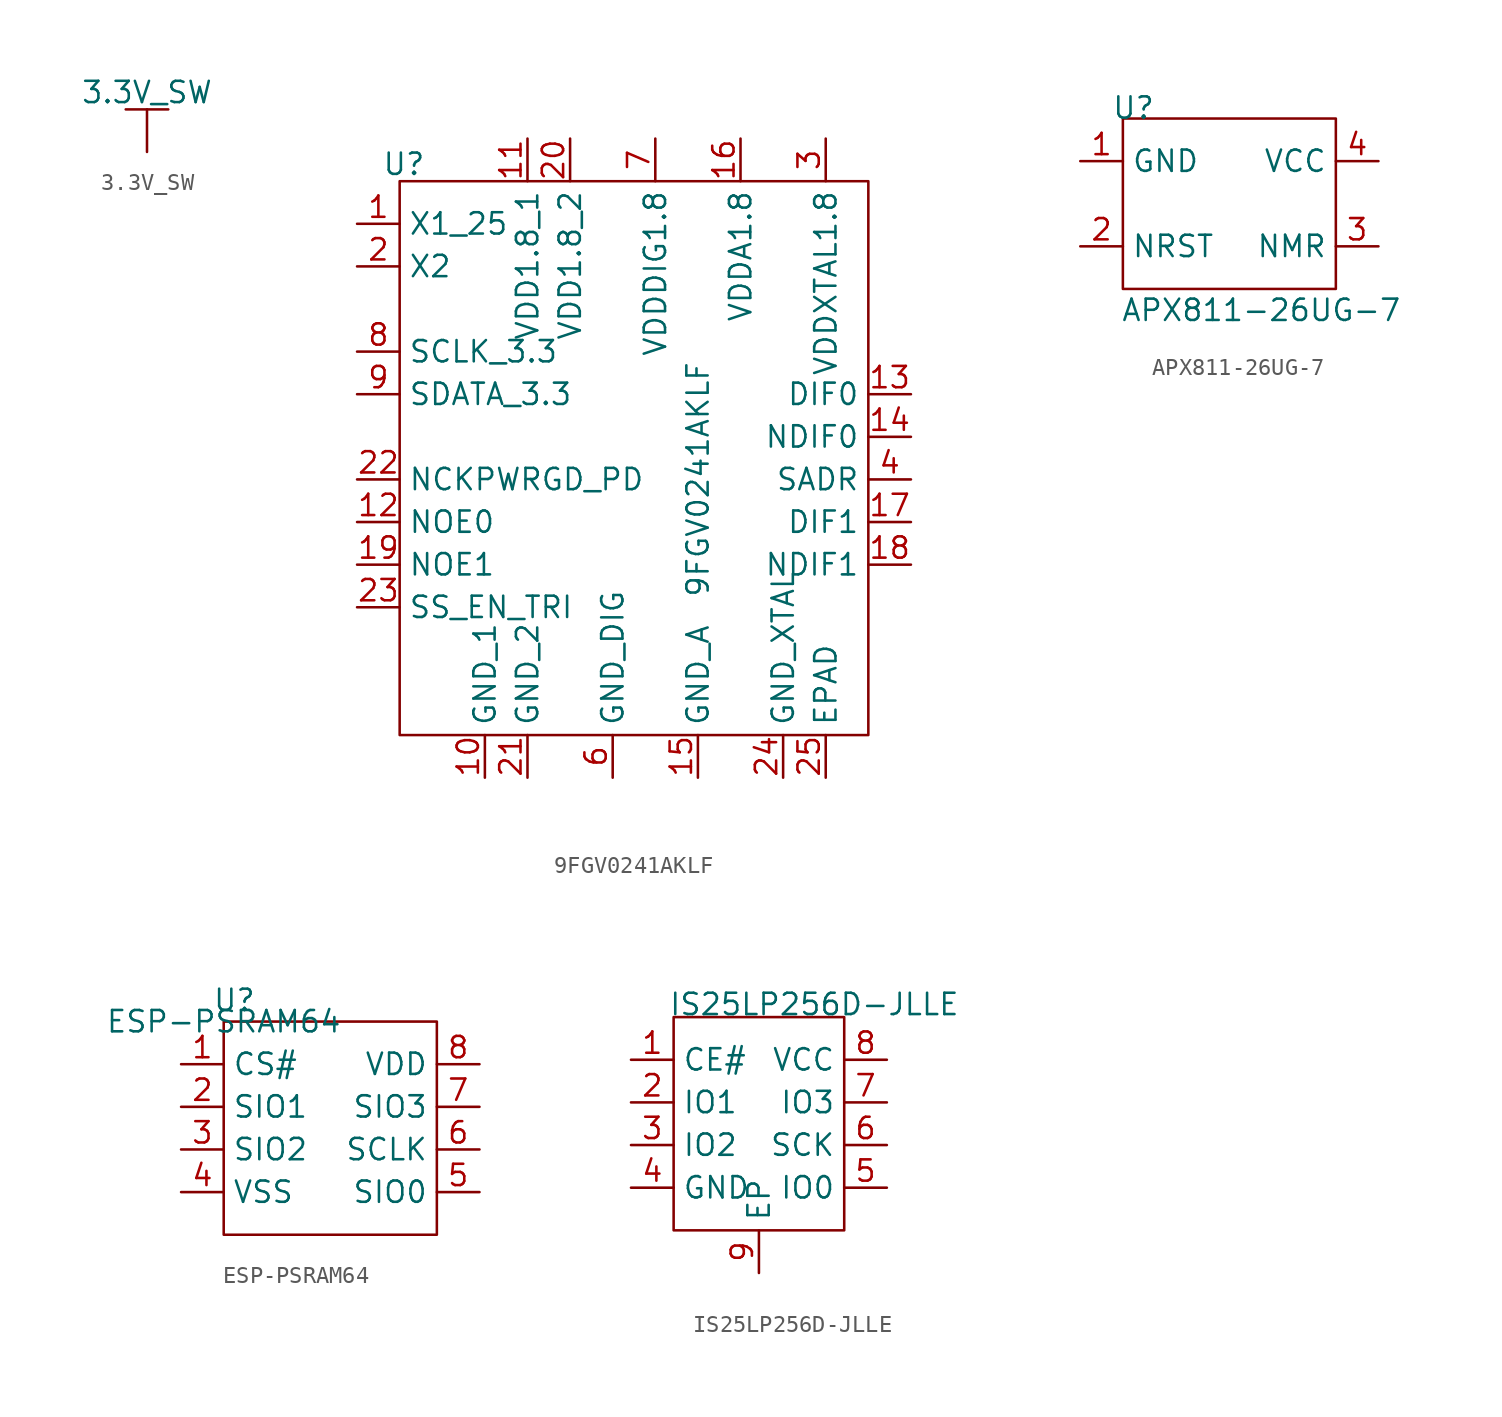
<source format=kicad_sym>
(kicad_symbol_lib
  (version 20231120)
  (generator "kicad_symbol_editor")
  (generator_version "7.99")
  (symbol "3.3V_SW"
    (power)
    (pin_numbers hide)
    (pin_names
      (offset 0) hide)
    (property "Reference" "#PWR"
      (at 0 -1.27 0)
      (effects (font (size 1.27 1.27)) (hide yes)))
    (property "Value" "3.3V_SW"
      (at 0 3.556 0)
      (effects (font (size 1.27 1.27))))
    (symbol "3.3V_SW_0_1"
      (polyline (pts (xy 0 0) (xy 0 2.54)) (stroke (width 0) (type default)) (fill (type none)))
      (polyline (pts (xy 1.27 2.54) (xy -1.27 2.54)) (stroke (width 0) (type default)) (fill (type none))))
    (symbol "3.3V_SW_1_1"
      (pin power_in line (at 0 0 90) (length 0) hide (name "3.3V_SW" (effects (font (size 1.27 1.27)))) (number "1" (effects (font (size 1.27 1.27)))))))
  (symbol "9FGV0241AKLF"
    (property "Reference" "U"
      (at 0.254 1.016 0)
      (effects (font (size 1.27 1.27))))
    (property "Value" "9FGV0241AKLF"
      (at 17.78 -17.78 90)
      (effects (font (size 1.27 1.27))))
    (symbol "9FGV0241AKLF_0_1"
      (rectangle (start 0 0) (end 27.94 -33.02) (stroke (width 0) (type default)) (fill (type none))))
    (symbol "9FGV0241AKLF_1_1"
      (pin input line (at -2.54 -2.54 0) (length 2.54) (name "X1_25" (effects (font (size 1.27 1.27)))) (number "1" (effects (font (size 1.27 1.27)))))
      (pin input line (at 5.08 -35.56 90) (length 2.54) (name "GND_1" (effects (font (size 1.27 1.27)))) (number "10" (effects (font (size 1.27 1.27)))))
      (pin input line (at 7.62 2.54 270) (length 2.54) (name "VDD1.8_1" (effects (font (size 1.27 1.27)))) (number "11" (effects (font (size 1.27 1.27)))))
      (pin input line (at -2.54 -20.32 0) (length 2.54) (name "NOE0" (effects (font (size 1.27 1.27)))) (number "12" (effects (font (size 1.27 1.27)))))
      (pin input line (at 30.48 -12.7 180) (length 2.54) (name "DIF0" (effects (font (size 1.27 1.27)))) (number "13" (effects (font (size 1.27 1.27)))))
      (pin input line (at 30.48 -15.24 180) (length 2.54) (name "NDIF0" (effects (font (size 1.27 1.27)))) (number "14" (effects (font (size 1.27 1.27)))))
      (pin input line (at 17.78 -35.56 90) (length 2.54) (name "GND_A" (effects (font (size 1.27 1.27)))) (number "15" (effects (font (size 1.27 1.27)))))
      (pin input line (at 20.32 2.54 270) (length 2.54) (name "VDDA1.8" (effects (font (size 1.27 1.27)))) (number "16" (effects (font (size 1.27 1.27)))))
      (pin input line (at 30.48 -20.32 180) (length 2.54) (name "DIF1" (effects (font (size 1.27 1.27)))) (number "17" (effects (font (size 1.27 1.27)))))
      (pin input line (at 30.48 -22.86 180) (length 2.54) (name "NDIF1" (effects (font (size 1.27 1.27)))) (number "18" (effects (font (size 1.27 1.27)))))
      (pin input line (at -2.54 -22.86 0) (length 2.54) (name "NOE1" (effects (font (size 1.27 1.27)))) (number "19" (effects (font (size 1.27 1.27)))))
      (pin input line (at -2.54 -5.08 0) (length 2.54) (name "X2" (effects (font (size 1.27 1.27)))) (number "2" (effects (font (size 1.27 1.27)))))
      (pin input line (at 10.16 2.54 270) (length 2.54) (name "VDD1.8_2" (effects (font (size 1.27 1.27)))) (number "20" (effects (font (size 1.27 1.27)))))
      (pin input line (at 7.62 -35.56 90) (length 2.54) (name "GND_2" (effects (font (size 1.27 1.27)))) (number "21" (effects (font (size 1.27 1.27)))))
      (pin input line (at -2.54 -17.78 0) (length 2.54) (name "NCKPWRGD_PD" (effects (font (size 1.27 1.27)))) (number "22" (effects (font (size 1.27 1.27)))))
      (pin input line (at -2.54 -25.4 0) (length 2.54) (name "SS_EN_TRI" (effects (font (size 1.27 1.27)))) (number "23" (effects (font (size 1.27 1.27)))))
      (pin input line (at 22.86 -35.56 90) (length 2.54) (name "GND_XTAL" (effects (font (size 1.27 1.27)))) (number "24" (effects (font (size 1.27 1.27)))))
      (pin input line (at 25.4 -35.56 90) (length 2.54) (name "EPAD" (effects (font (size 1.27 1.27)))) (number "25" (effects (font (size 1.27 1.27)))))
      (pin input line (at 25.4 2.54 270) (length 2.54) (name "VDDXTAL1.8" (effects (font (size 1.27 1.27)))) (number "3" (effects (font (size 1.27 1.27)))))
      (pin input line (at 30.48 -17.78 180) (length 2.54) (name "SADR" (effects (font (size 1.27 1.27)))) (number "4" (effects (font (size 1.27 1.27)))))
      (pin input line (at 12.7 -35.56 90) (length 2.54) (name "GND_DIG" (effects (font (size 1.27 1.27)))) (number "6" (effects (font (size 1.27 1.27)))))
      (pin input line (at 15.24 2.54 270) (length 2.54) (name "VDDDIG1.8" (effects (font (size 1.27 1.27)))) (number "7" (effects (font (size 1.27 1.27)))))
      (pin input line (at -2.54 -10.16 0) (length 2.54) (name "SCLK_3.3" (effects (font (size 1.27 1.27)))) (number "8" (effects (font (size 1.27 1.27)))))
      (pin input line (at -2.54 -12.7 0) (length 2.54) (name "SDATA_3.3" (effects (font (size 1.27 1.27)))) (number "9" (effects (font (size 1.27 1.27)))))))
  (symbol "APX811-26UG-7"
    (property "Reference" "U"
      (at 0.635 0.635 0)
      (effects (font (size 1.27 1.27))))
    (property "Value" "APX811-26UG-7"
      (at 8.255 -11.43 0)
      (effects (font (size 1.27 1.27))))
    (symbol "APX811-26UG-7_0_1"
      (rectangle (start 0 0) (end 12.7 -10.16) (stroke (width 0) (type default)) (fill (type none))))
    (symbol "APX811-26UG-7_1_1"
      (pin input line (at -2.54 -2.54 0) (length 2.54) (name "GND" (effects (font (size 1.27 1.27)))) (number "1" (effects (font (size 1.27 1.27)))))
      (pin input line (at -2.54 -7.62 0) (length 2.54) (name "NRST" (effects (font (size 1.27 1.27)))) (number "2" (effects (font (size 1.27 1.27)))))
      (pin input line (at 15.24 -7.62 180) (length 2.54) (name "NMR" (effects (font (size 1.27 1.27)))) (number "3" (effects (font (size 1.27 1.27)))))
      (pin input line (at 15.24 -2.54 180) (length 2.54) (name "VCC" (effects (font (size 1.27 1.27)))) (number "4" (effects (font (size 1.27 1.27)))))))
  (symbol "ESP-PSRAM64"
    (property "Reference" "U"
      (at 0.635 1.27 0)
      (effects (font (size 1.27 1.27))))
    (property "Value" "ESP-PSRAM64"
      (at 0 0 0)
      (effects (font (size 1.27 1.27))))
    (symbol "ESP-PSRAM64_1_1"
      (text_box "" (at 0 0 0) (size 12.7 -12.7) (stroke (width 0) (type default)) (fill (type none)) (effects (font (size 1.27 1.27)) (justify left top)))
      (pin input line (at -2.54 -2.54 0) (length 2.54) (name "CS#" (effects (font (size 1.27 1.27)))) (number "1" (effects (font (size 1.27 1.27)))))
      (pin input line (at -2.54 -5.08 0) (length 2.54) (name "SIO1" (effects (font (size 1.27 1.27)))) (number "2" (effects (font (size 1.27 1.27)))))
      (pin input line (at -2.54 -7.62 0) (length 2.54) (name "SIO2" (effects (font (size 1.27 1.27)))) (number "3" (effects (font (size 1.27 1.27)))))
      (pin input line (at -2.54 -10.16 0) (length 2.54) (name "VSS" (effects (font (size 1.27 1.27)))) (number "4" (effects (font (size 1.27 1.27)))))
      (pin input line (at 15.24 -10.16 180) (length 2.54) (name "SIO0" (effects (font (size 1.27 1.27)))) (number "5" (effects (font (size 1.27 1.27)))))
      (pin input line (at 15.24 -7.62 180) (length 2.54) (name "SCLK" (effects (font (size 1.27 1.27)))) (number "6" (effects (font (size 1.27 1.27)))))
      (pin input line (at 15.24 -5.08 180) (length 2.54) (name "SIO3" (effects (font (size 1.27 1.27)))) (number "7" (effects (font (size 1.27 1.27)))))
      (pin input line (at 15.24 -2.54 180) (length 2.54) (name "VDD" (effects (font (size 1.27 1.27)))) (number "8" (effects (font (size 1.27 1.27)))))))
  (symbol "IS25LP256D-JLLE"
    (property "Reference" "U"
      (at 0.381 2.286 0)
      (effects (font (size 1.27 1.27)) (hide yes)))
    (property "Value" "IS25LP256D-JLLE"
      (at 8.382 0.762 0)
      (effects (font (size 1.27 1.27))))
    (symbol "IS25LP256D-JLLE_0_1"
      (rectangle (start 0 0) (end 10.16 -12.7) (stroke (width 0) (type default)) (fill (type none))))
    (symbol "IS25LP256D-JLLE_1_1"
      (pin input line (at -2.54 -2.54 0) (length 2.54) (name "CE#" (effects (font (size 1.27 1.27)))) (number "1" (effects (font (size 1.27 1.27)))))
      (pin input line (at -2.54 -5.08 0) (length 2.54) (name "IO1" (effects (font (size 1.27 1.27)))) (number "2" (effects (font (size 1.27 1.27)))))
      (pin input line (at -2.54 -7.62 0) (length 2.54) (name "IO2" (effects (font (size 1.27 1.27)))) (number "3" (effects (font (size 1.27 1.27)))))
      (pin input line (at -2.54 -10.16 0) (length 2.54) (name "GND" (effects (font (size 1.27 1.27)))) (number "4" (effects (font (size 1.27 1.27)))))
      (pin input line (at 12.7 -10.16 180) (length 2.54) (name "IO0" (effects (font (size 1.27 1.27)))) (number "5" (effects (font (size 1.27 1.27)))))
      (pin input line (at 12.7 -7.62 180) (length 2.54) (name "SCK" (effects (font (size 1.27 1.27)))) (number "6" (effects (font (size 1.27 1.27)))))
      (pin input line (at 12.7 -5.08 180) (length 2.54) (name "IO3" (effects (font (size 1.27 1.27)))) (number "7" (effects (font (size 1.27 1.27)))))
      (pin input line (at 12.7 -2.54 180) (length 2.54) (name "VCC" (effects (font (size 1.27 1.27)))) (number "8" (effects (font (size 1.27 1.27)))))
      (pin input line (at 5.08 -15.24 90) (length 2.54) (name "EP" (effects (font (size 1.27 1.27)))) (number "9" (effects (font (size 1.27 1.27))))))))
</source>
